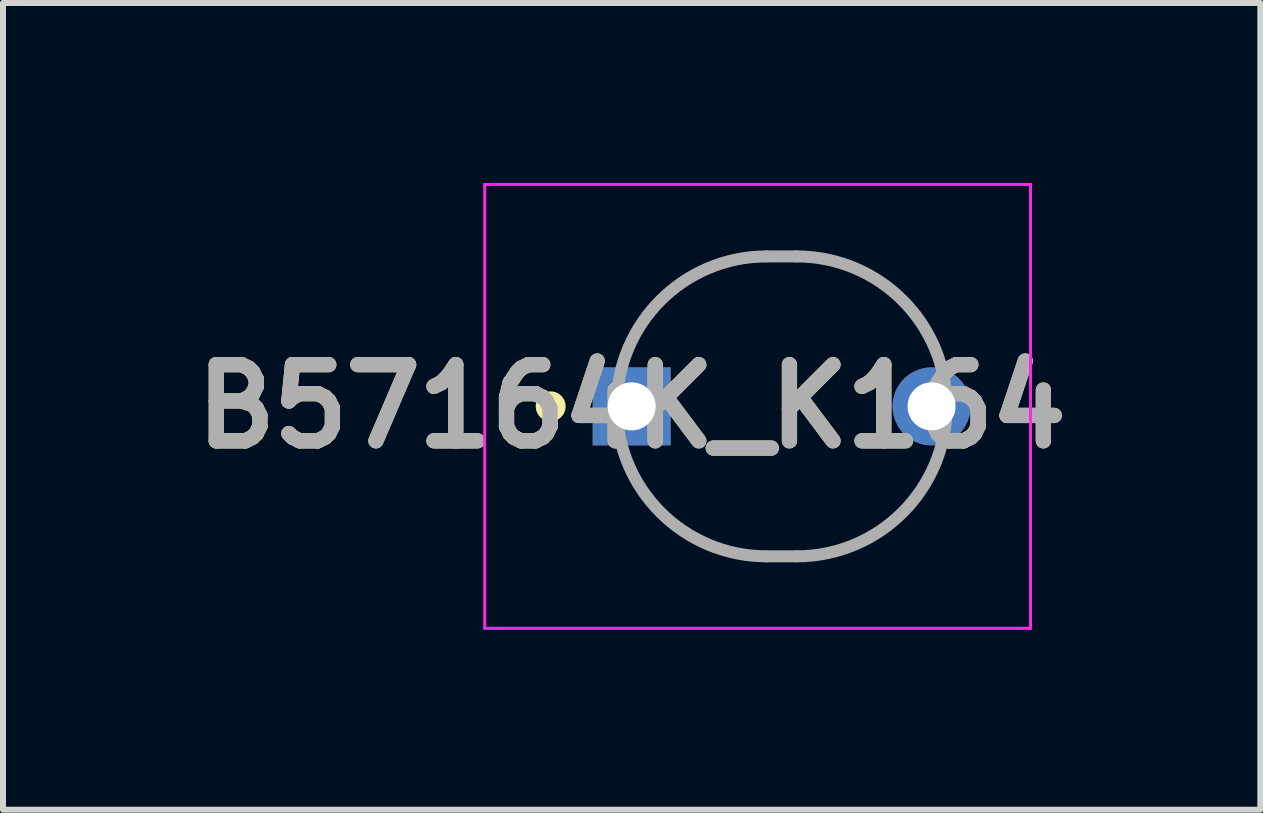
<source format=kicad_pcb>
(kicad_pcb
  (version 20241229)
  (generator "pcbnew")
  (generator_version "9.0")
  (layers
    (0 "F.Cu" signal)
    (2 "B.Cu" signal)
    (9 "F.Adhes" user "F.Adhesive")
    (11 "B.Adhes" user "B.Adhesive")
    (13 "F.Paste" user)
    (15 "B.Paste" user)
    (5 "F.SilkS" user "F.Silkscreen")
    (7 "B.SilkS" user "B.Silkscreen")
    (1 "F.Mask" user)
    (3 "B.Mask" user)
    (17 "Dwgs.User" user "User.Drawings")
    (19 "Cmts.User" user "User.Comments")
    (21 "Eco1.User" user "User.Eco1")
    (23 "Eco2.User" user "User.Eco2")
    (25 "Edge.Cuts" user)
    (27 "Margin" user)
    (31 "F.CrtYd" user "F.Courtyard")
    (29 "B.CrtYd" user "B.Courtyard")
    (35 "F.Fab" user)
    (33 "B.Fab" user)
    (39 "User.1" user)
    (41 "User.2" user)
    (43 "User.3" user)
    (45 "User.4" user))
  (footprint "B57164K_K164"
    (layer "F.Cu")
    (at 7.481 3.725)
    (property "Reference" "B57164K_K164" (at 0 0 0) (layer "F.SilkS") (effects (font (size 1.27 1.27) (thickness 0.254))))
    (attr through_hole)
    (fp_circle (center -1.35 0) (end -1.35 0.05) (stroke (width 0.2) (type solid)) (fill no) (layer "F.SilkS"))
    (fp_line (start -2.45 -3.7) (end 6.65 -3.7) (stroke (width 0.05) (type solid)) (layer "F.CrtYd"))
    (fp_line (start -2.45 3.7) (end -2.45 -3.7) (stroke (width 0.05) (type solid)) (layer "F.CrtYd"))
    (fp_line (start 6.65 -3.7) (end 6.65 3.7) (stroke (width 0.05) (type solid)) (layer "F.CrtYd"))
    (fp_line (start 6.65 3.7) (end -2.45 3.7) (stroke (width 0.05) (type solid)) (layer "F.CrtYd"))
    (fp_line (start 2.25 -2.5) (end 2.75 -2.5) (stroke (width 0.2) (type solid)) (layer "F.Fab"))
    (fp_line (start 2.75 2.5) (end 2.25 2.5) (stroke (width 0.2) (type solid)) (layer "F.Fab"))
    (fp_arc (start 2.25 2.5) (mid -0.25 0) (end 2.25 -2.5) (stroke (width 0.2) (type solid)) (layer "F.Fab"))
    (fp_arc (start 2.75 -2.5) (mid 5.25 0) (end 2.75 2.5) (stroke (width 0.2) (type solid)) (layer "F.Fab"))
    (fp_text user "${REFERENCE}" (at 0 0 0) (layer "F.Fab") (effects (font (size 1.27 1.27) (thickness 0.254))))
    (pad "1" thru_hole rect (at 0 0) (size 1.3 1.3) (drill 0.8) (layers "*.Cu" "*.Mask"))
    (pad "2" thru_hole circle (at 5 0) (size 1.3 1.3) (drill 0.8) (layers "*.Cu" "*.Mask")))
  (gr_rect
    (start -3 -3)
    (end 17.962 10.45)
    (stroke (width 0.1) (type default))
    (fill no)
    (layer "Edge.Cuts")))
</source>
